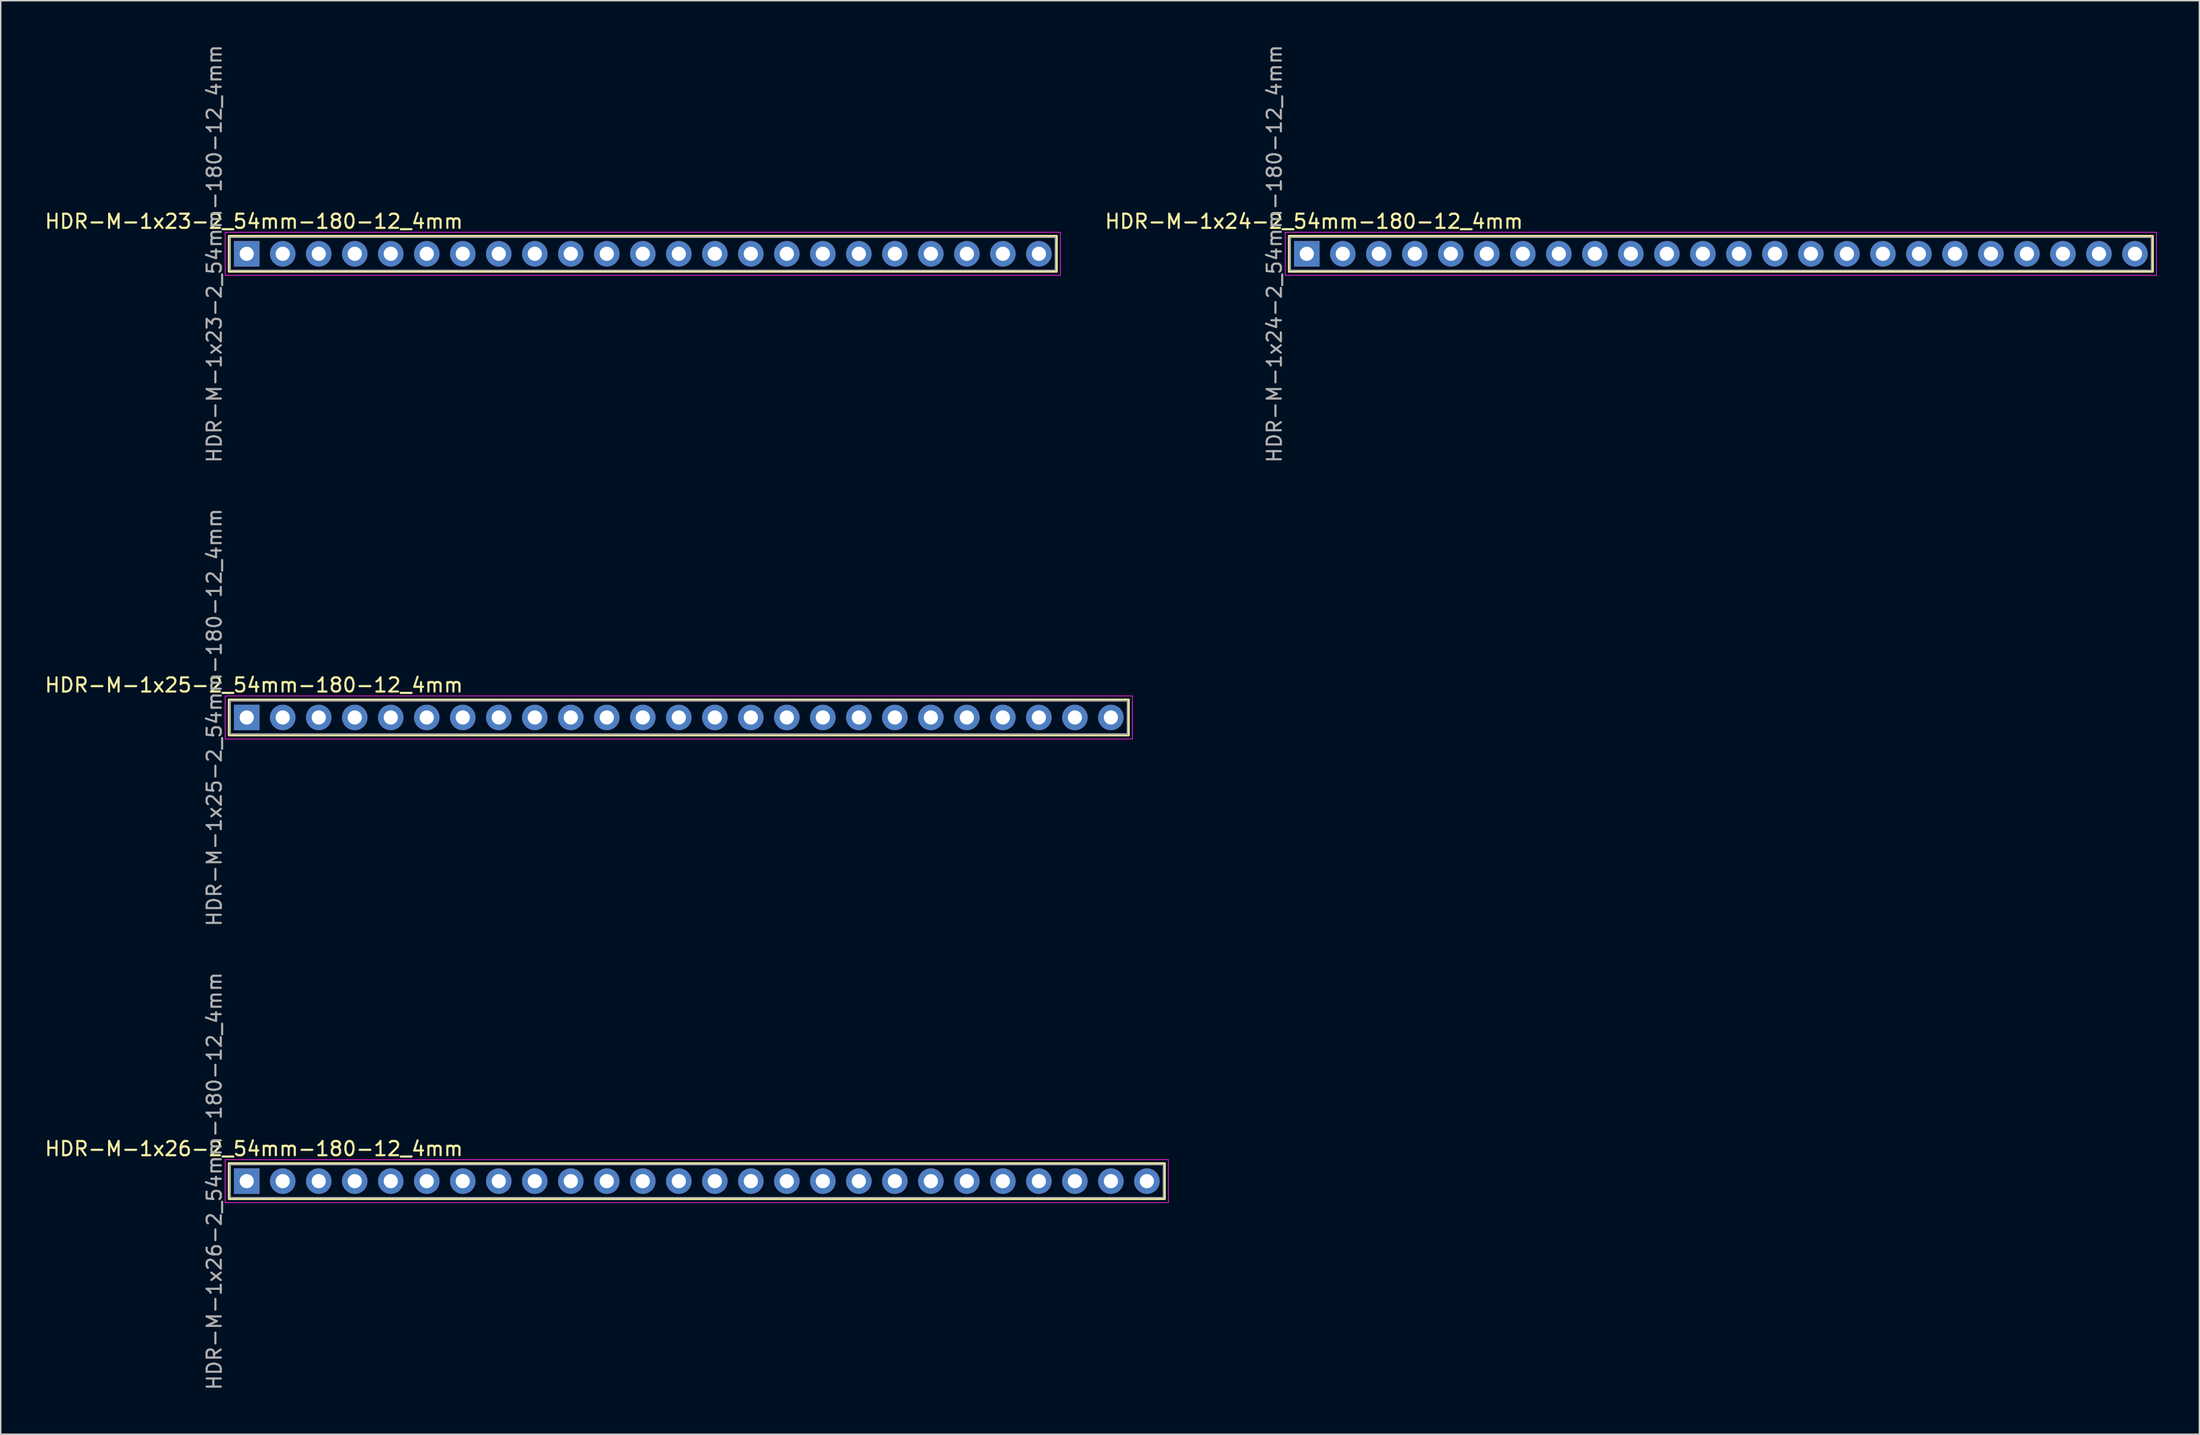
<source format=kicad_pcb>
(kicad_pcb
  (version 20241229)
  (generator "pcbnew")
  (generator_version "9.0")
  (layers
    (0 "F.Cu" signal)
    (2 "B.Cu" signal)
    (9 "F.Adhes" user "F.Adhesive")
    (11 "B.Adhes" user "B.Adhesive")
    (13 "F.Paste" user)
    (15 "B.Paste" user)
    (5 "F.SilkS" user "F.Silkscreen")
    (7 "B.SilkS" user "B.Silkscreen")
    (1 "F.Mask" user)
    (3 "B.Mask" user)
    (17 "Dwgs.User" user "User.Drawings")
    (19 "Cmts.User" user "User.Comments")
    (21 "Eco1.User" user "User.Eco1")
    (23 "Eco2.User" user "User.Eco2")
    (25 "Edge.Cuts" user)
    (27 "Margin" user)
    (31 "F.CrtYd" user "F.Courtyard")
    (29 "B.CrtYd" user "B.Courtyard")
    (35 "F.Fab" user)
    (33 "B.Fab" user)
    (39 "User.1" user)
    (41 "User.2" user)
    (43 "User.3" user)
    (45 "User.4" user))
  (footprint "HDR-M-1x25-2_54mm-180-12_4mm"
    (layer "F.Cu")
    (at 14.355 47.589)
    (property "Reference" "HDR-M-1x25-2_54mm-180-12_4mm" (at 0.508 -2.286 0) (unlocked yes) (layer "F.SilkS") (effects (font (size 1 1) (thickness 0.15))))
    (attr through_hole)
    (fp_rect (start -1.27 -1.27) (end 62.23 1.27) (stroke (width 0.12) (type solid)) (fill no) (layer "F.SilkS"))
    (fp_rect (start -1.52 -1.52) (end 62.48 1.52) (stroke (width 0.05) (type solid)) (fill no) (layer "F.CrtYd"))
    (fp_rect (start -1.17 -1.17) (end 62.13 1.17) (stroke (width 0.1) (type solid)) (fill no) (layer "F.Fab"))
    (fp_text user "${REFERENCE}" (at -2.286 0 90) (unlocked yes) (layer "F.Fab") (effects (font (size 1 1) (thickness 0.15))))
    (pad "1" thru_hole rect (at 0 0) (size 1.8 1.8) (drill 1) (layers "*.Cu" "*.Mask"))
    (pad "2" thru_hole circle (at 2.54 0) (size 1.8 1.8) (drill 1) (layers "*.Cu" "*.Mask"))
    (pad "3" thru_hole circle (at 5.08 0) (size 1.8 1.8) (drill 1) (layers "*.Cu" "*.Mask"))
    (pad "4" thru_hole circle (at 7.62 0) (size 1.8 1.8) (drill 1) (layers "*.Cu" "*.Mask"))
    (pad "5" thru_hole circle (at 10.16 0) (size 1.8 1.8) (drill 1) (layers "*.Cu" "*.Mask"))
    (pad "6" thru_hole circle (at 12.7 0) (size 1.8 1.8) (drill 1) (layers "*.Cu" "*.Mask"))
    (pad "7" thru_hole circle (at 15.24 0) (size 1.8 1.8) (drill 1) (layers "*.Cu" "*.Mask"))
    (pad "8" thru_hole circle (at 17.78 0) (size 1.8 1.8) (drill 1) (layers "*.Cu" "*.Mask"))
    (pad "9" thru_hole circle (at 20.32 0) (size 1.8 1.8) (drill 1) (layers "*.Cu" "*.Mask"))
    (pad "10" thru_hole circle (at 22.86 0) (size 1.8 1.8) (drill 1) (layers "*.Cu" "*.Mask"))
    (pad "11" thru_hole circle (at 25.4 0) (size 1.8 1.8) (drill 1) (layers "*.Cu" "*.Mask"))
    (pad "12" thru_hole circle (at 27.94 0) (size 1.8 1.8) (drill 1) (layers "*.Cu" "*.Mask"))
    (pad "13" thru_hole circle (at 30.48 0) (size 1.8 1.8) (drill 1) (layers "*.Cu" "*.Mask"))
    (pad "14" thru_hole circle (at 33.02 0) (size 1.8 1.8) (drill 1) (layers "*.Cu" "*.Mask"))
    (pad "15" thru_hole circle (at 35.56 0) (size 1.8 1.8) (drill 1) (layers "*.Cu" "*.Mask"))
    (pad "16" thru_hole circle (at 38.1 0) (size 1.8 1.8) (drill 1) (layers "*.Cu" "*.Mask"))
    (pad "17" thru_hole circle (at 40.64 0) (size 1.8 1.8) (drill 1) (layers "*.Cu" "*.Mask"))
    (pad "18" thru_hole circle (at 43.18 0) (size 1.8 1.8) (drill 1) (layers "*.Cu" "*.Mask"))
    (pad "19" thru_hole circle (at 45.72 0) (size 1.8 1.8) (drill 1) (layers "*.Cu" "*.Mask"))
    (pad "20" thru_hole circle (at 48.26 0) (size 1.8 1.8) (drill 1) (layers "*.Cu" "*.Mask"))
    (pad "21" thru_hole circle (at 50.8 0) (size 1.8 1.8) (drill 1) (layers "*.Cu" "*.Mask"))
    (pad "22" thru_hole circle (at 53.34 0) (size 1.8 1.8) (drill 1) (layers "*.Cu" "*.Mask"))
    (pad "23" thru_hole circle (at 55.88 0) (size 1.8 1.8) (drill 1) (layers "*.Cu" "*.Mask"))
    (pad "24" thru_hole circle (at 58.42 0) (size 1.8 1.8) (drill 1) (layers "*.Cu" "*.Mask"))
    (pad "25" thru_hole circle (at 60.96 0) (size 1.8 1.8) (drill 1) (layers "*.Cu" "*.Mask")))
  (footprint "HDR-M-1x24-2_54mm-180-12_4mm"
    (layer "F.Cu")
    (at 89.135 14.863)
    (property "Reference" "HDR-M-1x24-2_54mm-180-12_4mm" (at 0.508 -2.286 0) (unlocked yes) (layer "F.SilkS") (effects (font (size 1 1) (thickness 0.15))))
    (attr through_hole)
    (fp_rect (start -1.27 -1.27) (end 59.69 1.27) (stroke (width 0.12) (type solid)) (fill no) (layer "F.SilkS"))
    (fp_rect (start -1.52 -1.52) (end 59.94 1.52) (stroke (width 0.05) (type solid)) (fill no) (layer "F.CrtYd"))
    (fp_rect (start -1.17 -1.17) (end 59.59 1.17) (stroke (width 0.1) (type solid)) (fill no) (layer "F.Fab"))
    (fp_text user "${REFERENCE}" (at -2.286 0 90) (unlocked yes) (layer "F.Fab") (effects (font (size 1 1) (thickness 0.15))))
    (pad "1" thru_hole rect (at 0 0) (size 1.8 1.8) (drill 1) (layers "*.Cu" "*.Mask"))
    (pad "2" thru_hole circle (at 2.54 0) (size 1.8 1.8) (drill 1) (layers "*.Cu" "*.Mask"))
    (pad "3" thru_hole circle (at 5.08 0) (size 1.8 1.8) (drill 1) (layers "*.Cu" "*.Mask"))
    (pad "4" thru_hole circle (at 7.62 0) (size 1.8 1.8) (drill 1) (layers "*.Cu" "*.Mask"))
    (pad "5" thru_hole circle (at 10.16 0) (size 1.8 1.8) (drill 1) (layers "*.Cu" "*.Mask"))
    (pad "6" thru_hole circle (at 12.7 0) (size 1.8 1.8) (drill 1) (layers "*.Cu" "*.Mask"))
    (pad "7" thru_hole circle (at 15.24 0) (size 1.8 1.8) (drill 1) (layers "*.Cu" "*.Mask"))
    (pad "8" thru_hole circle (at 17.78 0) (size 1.8 1.8) (drill 1) (layers "*.Cu" "*.Mask"))
    (pad "9" thru_hole circle (at 20.32 0) (size 1.8 1.8) (drill 1) (layers "*.Cu" "*.Mask"))
    (pad "10" thru_hole circle (at 22.86 0) (size 1.8 1.8) (drill 1) (layers "*.Cu" "*.Mask"))
    (pad "11" thru_hole circle (at 25.4 0) (size 1.8 1.8) (drill 1) (layers "*.Cu" "*.Mask"))
    (pad "12" thru_hole circle (at 27.94 0) (size 1.8 1.8) (drill 1) (layers "*.Cu" "*.Mask"))
    (pad "13" thru_hole circle (at 30.48 0) (size 1.8 1.8) (drill 1) (layers "*.Cu" "*.Mask"))
    (pad "14" thru_hole circle (at 33.02 0) (size 1.8 1.8) (drill 1) (layers "*.Cu" "*.Mask"))
    (pad "15" thru_hole circle (at 35.56 0) (size 1.8 1.8) (drill 1) (layers "*.Cu" "*.Mask"))
    (pad "16" thru_hole circle (at 38.1 0) (size 1.8 1.8) (drill 1) (layers "*.Cu" "*.Mask"))
    (pad "17" thru_hole circle (at 40.64 0) (size 1.8 1.8) (drill 1) (layers "*.Cu" "*.Mask"))
    (pad "18" thru_hole circle (at 43.18 0) (size 1.8 1.8) (drill 1) (layers "*.Cu" "*.Mask"))
    (pad "19" thru_hole circle (at 45.72 0) (size 1.8 1.8) (drill 1) (layers "*.Cu" "*.Mask"))
    (pad "20" thru_hole circle (at 48.26 0) (size 1.8 1.8) (drill 1) (layers "*.Cu" "*.Mask"))
    (pad "21" thru_hole circle (at 50.8 0) (size 1.8 1.8) (drill 1) (layers "*.Cu" "*.Mask"))
    (pad "22" thru_hole circle (at 53.34 0) (size 1.8 1.8) (drill 1) (layers "*.Cu" "*.Mask"))
    (pad "23" thru_hole circle (at 55.88 0) (size 1.8 1.8) (drill 1) (layers "*.Cu" "*.Mask"))
    (pad "24" thru_hole circle (at 58.42 0) (size 1.8 1.8) (drill 1) (layers "*.Cu" "*.Mask")))
  (footprint "HDR-M-1x23-2_54mm-180-12_4mm"
    (layer "F.Cu")
    (at 14.355 14.863)
    (property "Reference" "HDR-M-1x23-2_54mm-180-12_4mm" (at 0.508 -2.286 0) (unlocked yes) (layer "F.SilkS") (effects (font (size 1 1) (thickness 0.15))))
    (attr through_hole)
    (fp_rect (start -1.27 -1.27) (end 57.15 1.27) (stroke (width 0.12) (type solid)) (fill no) (layer "F.SilkS"))
    (fp_rect (start -1.52 -1.52) (end 57.4 1.52) (stroke (width 0.05) (type solid)) (fill no) (layer "F.CrtYd"))
    (fp_rect (start -1.17 -1.17) (end 57.05 1.17) (stroke (width 0.1) (type solid)) (fill no) (layer "F.Fab"))
    (fp_text user "${REFERENCE}" (at -2.286 0 90) (unlocked yes) (layer "F.Fab") (effects (font (size 1 1) (thickness 0.15))))
    (pad "1" thru_hole rect (at 0 0) (size 1.8 1.8) (drill 1) (layers "*.Cu" "*.Mask"))
    (pad "2" thru_hole circle (at 2.54 0) (size 1.8 1.8) (drill 1) (layers "*.Cu" "*.Mask"))
    (pad "3" thru_hole circle (at 5.08 0) (size 1.8 1.8) (drill 1) (layers "*.Cu" "*.Mask"))
    (pad "4" thru_hole circle (at 7.62 0) (size 1.8 1.8) (drill 1) (layers "*.Cu" "*.Mask"))
    (pad "5" thru_hole circle (at 10.16 0) (size 1.8 1.8) (drill 1) (layers "*.Cu" "*.Mask"))
    (pad "6" thru_hole circle (at 12.7 0) (size 1.8 1.8) (drill 1) (layers "*.Cu" "*.Mask"))
    (pad "7" thru_hole circle (at 15.24 0) (size 1.8 1.8) (drill 1) (layers "*.Cu" "*.Mask"))
    (pad "8" thru_hole circle (at 17.78 0) (size 1.8 1.8) (drill 1) (layers "*.Cu" "*.Mask"))
    (pad "9" thru_hole circle (at 20.32 0) (size 1.8 1.8) (drill 1) (layers "*.Cu" "*.Mask"))
    (pad "10" thru_hole circle (at 22.86 0) (size 1.8 1.8) (drill 1) (layers "*.Cu" "*.Mask"))
    (pad "11" thru_hole circle (at 25.4 0) (size 1.8 1.8) (drill 1) (layers "*.Cu" "*.Mask"))
    (pad "12" thru_hole circle (at 27.94 0) (size 1.8 1.8) (drill 1) (layers "*.Cu" "*.Mask"))
    (pad "13" thru_hole circle (at 30.48 0) (size 1.8 1.8) (drill 1) (layers "*.Cu" "*.Mask"))
    (pad "14" thru_hole circle (at 33.02 0) (size 1.8 1.8) (drill 1) (layers "*.Cu" "*.Mask"))
    (pad "15" thru_hole circle (at 35.56 0) (size 1.8 1.8) (drill 1) (layers "*.Cu" "*.Mask"))
    (pad "16" thru_hole circle (at 38.1 0) (size 1.8 1.8) (drill 1) (layers "*.Cu" "*.Mask"))
    (pad "17" thru_hole circle (at 40.64 0) (size 1.8 1.8) (drill 1) (layers "*.Cu" "*.Mask"))
    (pad "18" thru_hole circle (at 43.18 0) (size 1.8 1.8) (drill 1) (layers "*.Cu" "*.Mask"))
    (pad "19" thru_hole circle (at 45.72 0) (size 1.8 1.8) (drill 1) (layers "*.Cu" "*.Mask"))
    (pad "20" thru_hole circle (at 48.26 0) (size 1.8 1.8) (drill 1) (layers "*.Cu" "*.Mask"))
    (pad "21" thru_hole circle (at 50.8 0) (size 1.8 1.8) (drill 1) (layers "*.Cu" "*.Mask"))
    (pad "22" thru_hole circle (at 53.34 0) (size 1.8 1.8) (drill 1) (layers "*.Cu" "*.Mask"))
    (pad "23" thru_hole circle (at 55.88 0) (size 1.8 1.8) (drill 1) (layers "*.Cu" "*.Mask")))
  (footprint "HDR-M-1x26-2_54mm-180-12_4mm"
    (layer "F.Cu")
    (at 14.355 80.315)
    (property "Reference" "HDR-M-1x26-2_54mm-180-12_4mm" (at 0.508 -2.286 0) (unlocked yes) (layer "F.SilkS") (effects (font (size 1 1) (thickness 0.15))))
    (attr through_hole)
    (fp_rect (start -1.27 -1.27) (end 64.77 1.27) (stroke (width 0.12) (type solid)) (fill no) (layer "F.SilkS"))
    (fp_rect (start -1.52 -1.52) (end 65.02 1.52) (stroke (width 0.05) (type solid)) (fill no) (layer "F.CrtYd"))
    (fp_rect (start -1.17 -1.17) (end 64.67 1.17) (stroke (width 0.1) (type solid)) (fill no) (layer "F.Fab"))
    (fp_text user "${REFERENCE}" (at -2.286 0 90) (unlocked yes) (layer "F.Fab") (effects (font (size 1 1) (thickness 0.15))))
    (pad "1" thru_hole rect (at 0 0) (size 1.8 1.8) (drill 1) (layers "*.Cu" "*.Mask"))
    (pad "2" thru_hole circle (at 2.54 0) (size 1.8 1.8) (drill 1) (layers "*.Cu" "*.Mask"))
    (pad "3" thru_hole circle (at 5.08 0) (size 1.8 1.8) (drill 1) (layers "*.Cu" "*.Mask"))
    (pad "4" thru_hole circle (at 7.62 0) (size 1.8 1.8) (drill 1) (layers "*.Cu" "*.Mask"))
    (pad "5" thru_hole circle (at 10.16 0) (size 1.8 1.8) (drill 1) (layers "*.Cu" "*.Mask"))
    (pad "6" thru_hole circle (at 12.7 0) (size 1.8 1.8) (drill 1) (layers "*.Cu" "*.Mask"))
    (pad "7" thru_hole circle (at 15.24 0) (size 1.8 1.8) (drill 1) (layers "*.Cu" "*.Mask"))
    (pad "8" thru_hole circle (at 17.78 0) (size 1.8 1.8) (drill 1) (layers "*.Cu" "*.Mask"))
    (pad "9" thru_hole circle (at 20.32 0) (size 1.8 1.8) (drill 1) (layers "*.Cu" "*.Mask"))
    (pad "10" thru_hole circle (at 22.86 0) (size 1.8 1.8) (drill 1) (layers "*.Cu" "*.Mask"))
    (pad "11" thru_hole circle (at 25.4 0) (size 1.8 1.8) (drill 1) (layers "*.Cu" "*.Mask"))
    (pad "12" thru_hole circle (at 27.94 0) (size 1.8 1.8) (drill 1) (layers "*.Cu" "*.Mask"))
    (pad "13" thru_hole circle (at 30.48 0) (size 1.8 1.8) (drill 1) (layers "*.Cu" "*.Mask"))
    (pad "14" thru_hole circle (at 33.02 0) (size 1.8 1.8) (drill 1) (layers "*.Cu" "*.Mask"))
    (pad "15" thru_hole circle (at 35.56 0) (size 1.8 1.8) (drill 1) (layers "*.Cu" "*.Mask"))
    (pad "16" thru_hole circle (at 38.1 0) (size 1.8 1.8) (drill 1) (layers "*.Cu" "*.Mask"))
    (pad "17" thru_hole circle (at 40.64 0) (size 1.8 1.8) (drill 1) (layers "*.Cu" "*.Mask"))
    (pad "18" thru_hole circle (at 43.18 0) (size 1.8 1.8) (drill 1) (layers "*.Cu" "*.Mask"))
    (pad "19" thru_hole circle (at 45.72 0) (size 1.8 1.8) (drill 1) (layers "*.Cu" "*.Mask"))
    (pad "20" thru_hole circle (at 48.26 0) (size 1.8 1.8) (drill 1) (layers "*.Cu" "*.Mask"))
    (pad "21" thru_hole circle (at 50.8 0) (size 1.8 1.8) (drill 1) (layers "*.Cu" "*.Mask"))
    (pad "22" thru_hole circle (at 53.34 0) (size 1.8 1.8) (drill 1) (layers "*.Cu" "*.Mask"))
    (pad "23" thru_hole circle (at 55.88 0) (size 1.8 1.8) (drill 1) (layers "*.Cu" "*.Mask"))
    (pad "24" thru_hole circle (at 58.42 0) (size 1.8 1.8) (drill 1) (layers "*.Cu" "*.Mask"))
    (pad "25" thru_hole circle (at 60.96 0) (size 1.8 1.8) (drill 1) (layers "*.Cu" "*.Mask"))
    (pad "26" thru_hole circle (at 63.5 0) (size 1.8 1.8) (drill 1) (layers "*.Cu" "*.Mask")))
  (gr_rect
    (start -3 -3)
    (end 152.1 98.179)
    (stroke (width 0.1) (type default))
    (fill no)
    (layer "Edge.Cuts")))
</source>
